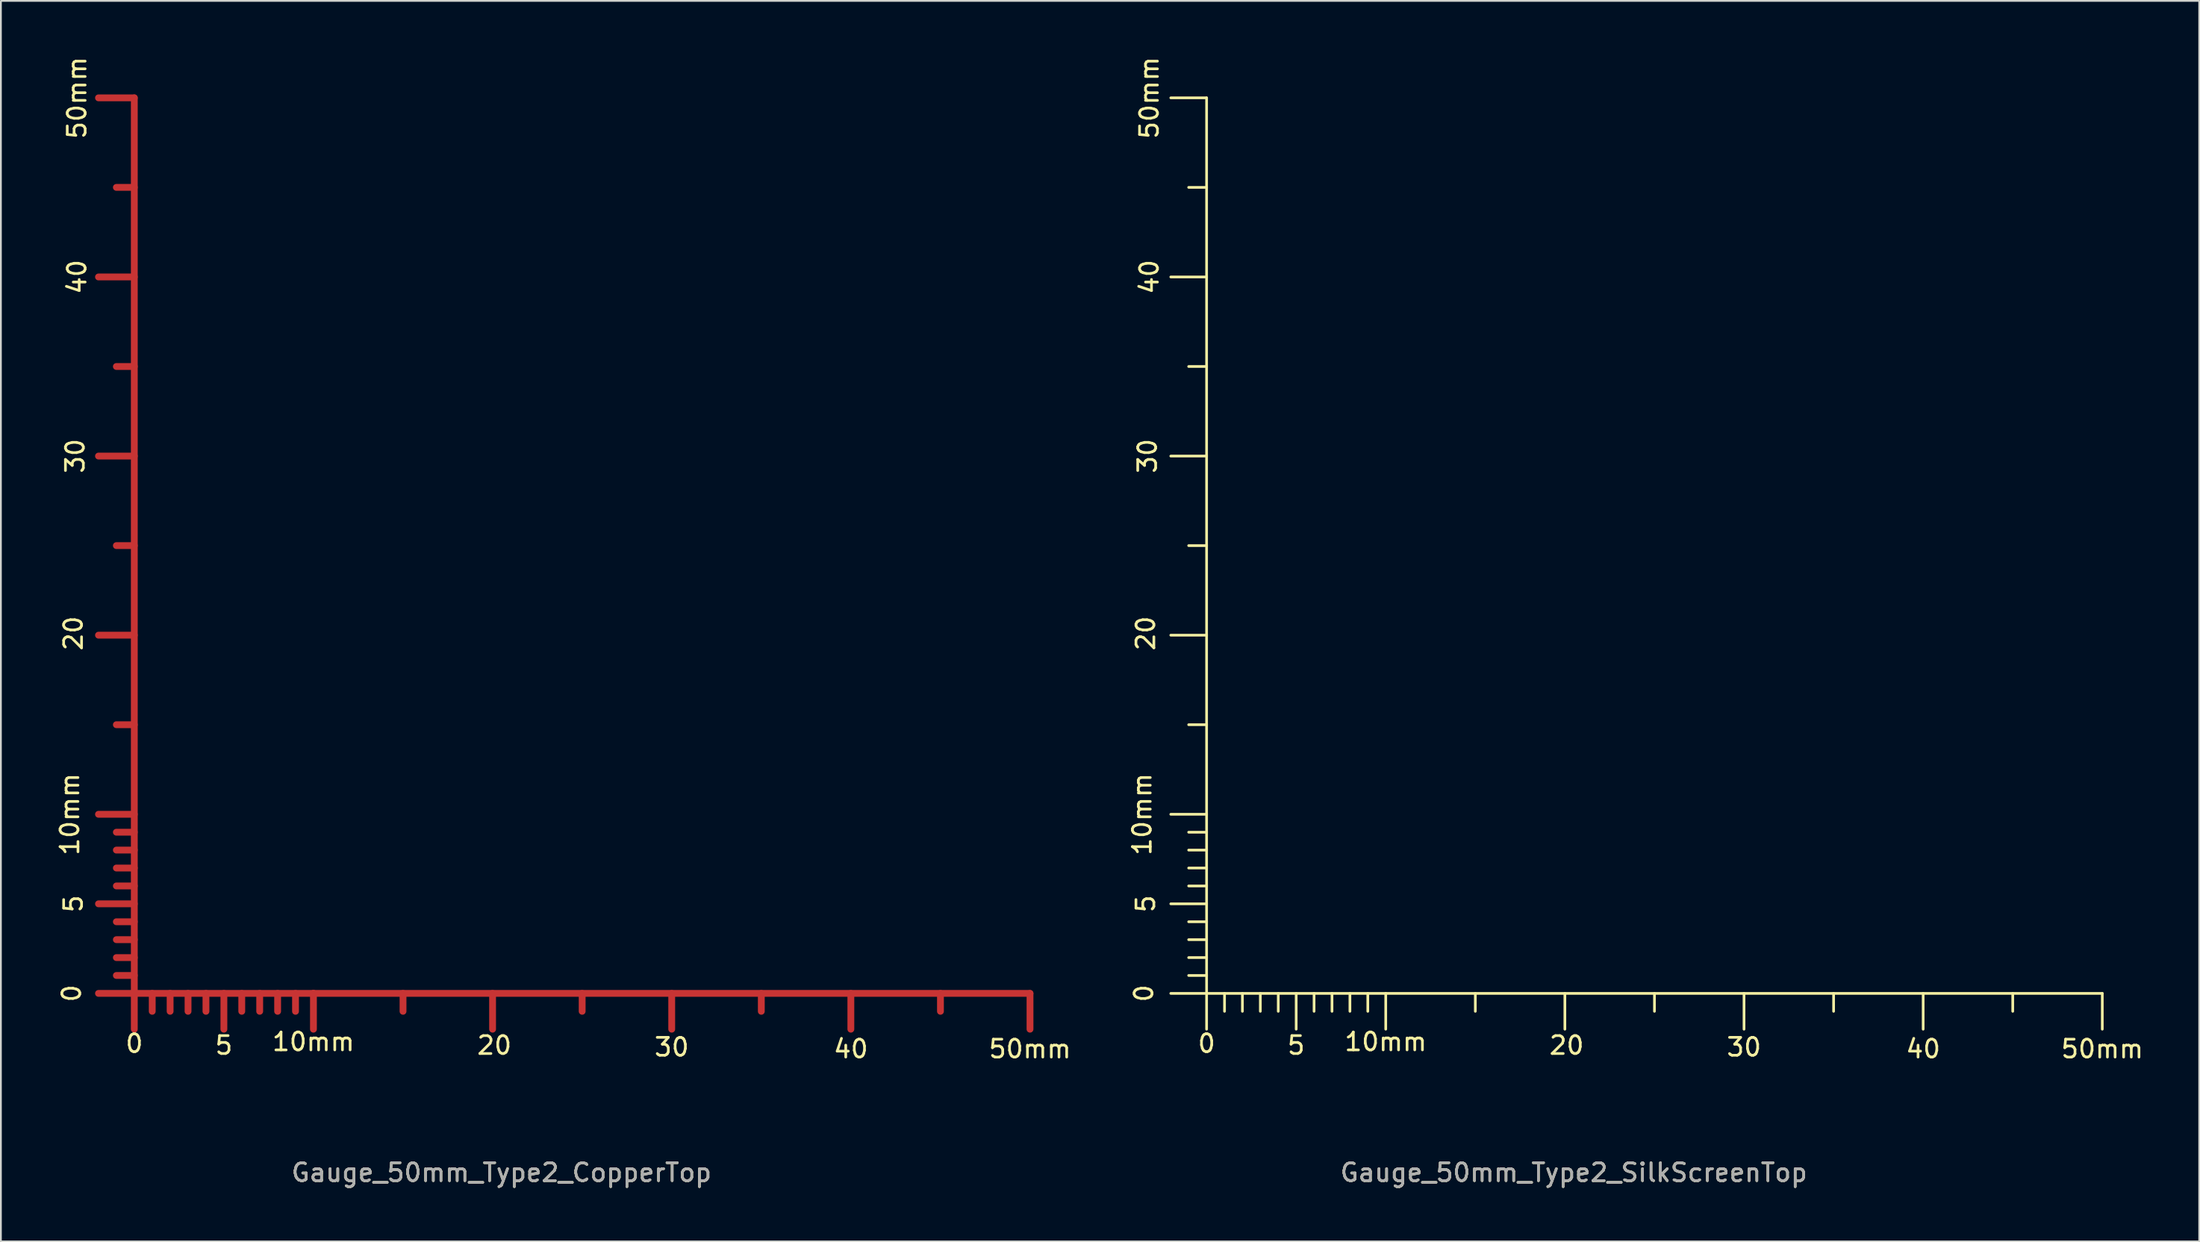
<source format=kicad_pcb>
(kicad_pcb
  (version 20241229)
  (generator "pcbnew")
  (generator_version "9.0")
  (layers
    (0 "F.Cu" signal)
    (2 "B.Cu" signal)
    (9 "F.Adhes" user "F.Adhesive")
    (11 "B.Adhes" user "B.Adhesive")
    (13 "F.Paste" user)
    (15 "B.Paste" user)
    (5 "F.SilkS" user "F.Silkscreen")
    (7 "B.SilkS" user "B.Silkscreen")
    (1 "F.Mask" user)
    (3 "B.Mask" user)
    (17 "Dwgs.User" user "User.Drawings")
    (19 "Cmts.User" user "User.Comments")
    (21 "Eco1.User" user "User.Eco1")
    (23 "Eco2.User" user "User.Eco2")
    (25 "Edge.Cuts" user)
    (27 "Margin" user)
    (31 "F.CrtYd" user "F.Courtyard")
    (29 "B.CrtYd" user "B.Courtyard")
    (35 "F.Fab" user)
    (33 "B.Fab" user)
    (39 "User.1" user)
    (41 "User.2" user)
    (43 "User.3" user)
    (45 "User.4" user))
  (footprint "Gauge_50mm_Type2_SilkScreenTop"
    (layer "F.Cu")
    (at 64.305 52.413)
    (property "Reference" "Gauge_50mm_Type2_SilkScreenTop" (at 20.5 10 0) (layer "F.SilkS") (effects (font (size 1 1) (thickness 0.15))))
    (attr exclude_from_pos_files exclude_from_bom)
    (fp_line (start 0 -50) (end -1.999 -50) (stroke (width 0.15) (type solid)) (layer "F.SilkS"))
    (fp_line (start 0 -45.001) (end -1.001 -45.001) (stroke (width 0.15) (type solid)) (layer "F.SilkS"))
    (fp_line (start 0 -40) (end -1.999 -40) (stroke (width 0.15) (type solid)) (layer "F.SilkS"))
    (fp_line (start 0 -35.001) (end -1.001 -35.001) (stroke (width 0.15) (type solid)) (layer "F.SilkS"))
    (fp_line (start 0 -30) (end -1.999 -30) (stroke (width 0.15) (type solid)) (layer "F.SilkS"))
    (fp_line (start 0 -25.001) (end -1.001 -25.001) (stroke (width 0.15) (type solid)) (layer "F.SilkS"))
    (fp_line (start 0 -20) (end -1.999 -20) (stroke (width 0.15) (type solid)) (layer "F.SilkS"))
    (fp_line (start 0 -15.001) (end -1.001 -15.001) (stroke (width 0.15) (type solid)) (layer "F.SilkS"))
    (fp_line (start 0 -10) (end -1.999 -10) (stroke (width 0.15) (type solid)) (layer "F.SilkS"))
    (fp_line (start 0 -8.999) (end -1.001 -8.999) (stroke (width 0.15) (type solid)) (layer "F.SilkS"))
    (fp_line (start 0 -8.001) (end -1.001 -8.001) (stroke (width 0.15) (type solid)) (layer "F.SilkS"))
    (fp_line (start 0 -7) (end -1.001 -7) (stroke (width 0.15) (type solid)) (layer "F.SilkS"))
    (fp_line (start 0 -5.999) (end -1.001 -5.999) (stroke (width 0.15) (type solid)) (layer "F.SilkS"))
    (fp_line (start 0 -5.001) (end -1.999 -5.001) (stroke (width 0.15) (type solid)) (layer "F.SilkS"))
    (fp_line (start 0 -4) (end -1.001 -4) (stroke (width 0.15) (type solid)) (layer "F.SilkS"))
    (fp_line (start 0 -3) (end -1.001 -3) (stroke (width 0.15) (type solid)) (layer "F.SilkS"))
    (fp_line (start 0 -1.999) (end -1.001 -1.999) (stroke (width 0.15) (type solid)) (layer "F.SilkS"))
    (fp_line (start 0 -1.001) (end -1.001 -1.001) (stroke (width 0.15) (type solid)) (layer "F.SilkS"))
    (fp_line (start 0 0) (end -1.999 0) (stroke (width 0.15) (type solid)) (layer "F.SilkS"))
    (fp_line (start 0 0) (end 0 -50) (stroke (width 0.15) (type solid)) (layer "F.SilkS"))
    (fp_line (start 0 0) (end 0 1.999) (stroke (width 0.15) (type solid)) (layer "F.SilkS"))
    (fp_line (start 0 0) (end 10 0) (stroke (width 0.15) (type solid)) (layer "F.SilkS"))
    (fp_line (start 1.001 0) (end 1.001 1.001) (stroke (width 0.15) (type solid)) (layer "F.SilkS"))
    (fp_line (start 1.999 0) (end 1.999 1.001) (stroke (width 0.15) (type solid)) (layer "F.SilkS"))
    (fp_line (start 3 0) (end 3 1.001) (stroke (width 0.15) (type solid)) (layer "F.SilkS"))
    (fp_line (start 4 0) (end 4 1.001) (stroke (width 0.15) (type solid)) (layer "F.SilkS"))
    (fp_line (start 5.001 0) (end 5.001 1.999) (stroke (width 0.15) (type solid)) (layer "F.SilkS"))
    (fp_line (start 5.999 0) (end 5.999 1.001) (stroke (width 0.15) (type solid)) (layer "F.SilkS"))
    (fp_line (start 7 0) (end 7 1.001) (stroke (width 0.15) (type solid)) (layer "F.SilkS"))
    (fp_line (start 8.001 0) (end 8.001 1.001) (stroke (width 0.15) (type solid)) (layer "F.SilkS"))
    (fp_line (start 8.999 0) (end 8.999 1.001) (stroke (width 0.15) (type solid)) (layer "F.SilkS"))
    (fp_line (start 10 0) (end 10 1.999) (stroke (width 0.15) (type solid)) (layer "F.SilkS"))
    (fp_line (start 10 0) (end 50 0) (stroke (width 0.15) (type solid)) (layer "F.SilkS"))
    (fp_line (start 15.001 0) (end 15.001 1.001) (stroke (width 0.15) (type solid)) (layer "F.SilkS"))
    (fp_line (start 20 0) (end 20 1.999) (stroke (width 0.15) (type solid)) (layer "F.SilkS"))
    (fp_line (start 25.001 0) (end 25.001 1.001) (stroke (width 0.15) (type solid)) (layer "F.SilkS"))
    (fp_line (start 30 0) (end 30 1.999) (stroke (width 0.15) (type solid)) (layer "F.SilkS"))
    (fp_line (start 35.001 0) (end 35.001 1.001) (stroke (width 0.15) (type solid)) (layer "F.SilkS"))
    (fp_line (start 40 0) (end 40 1.999) (stroke (width 0.15) (type solid)) (layer "F.SilkS"))
    (fp_line (start 45.001 0) (end 45.001 1.001) (stroke (width 0.15) (type solid)) (layer "F.SilkS"))
    (fp_line (start 50 0) (end 50 1.999) (stroke (width 0.15) (type solid)) (layer "F.SilkS"))
    (fp_text user "30" (at -3.299 -30.002 90) (layer "F.SilkS") (effects (font (size 1 1) (thickness 0.15))))
    (fp_text user "30" (at 30 3 0) (layer "F.SilkS") (effects (font (size 1 1) (thickness 0.15))))
    (fp_text user "10mm" (at 10 2.7 0) (layer "F.SilkS") (effects (font (size 1 1) (thickness 0.15))))
    (fp_text user "0" (at -3.5 -0.003 90) (layer "F.SilkS") (effects (font (size 1 1) (thickness 0.15))))
    (fp_text user "20" (at 20.099 2.901 0) (layer "F.SilkS") (effects (font (size 1 1) (thickness 0.15))))
    (fp_text user "50mm" (at 50 3.101 0) (layer "F.SilkS") (effects (font (size 1 1) (thickness 0.15))))
    (fp_text user "5" (at 4.999 2.901 0) (layer "F.SilkS") (effects (font (size 1 1) (thickness 0.15))))
    (fp_text user "40" (at -3.198 -40.002 90) (layer "F.SilkS") (effects (font (size 1 1) (thickness 0.15))))
    (fp_text user "50mm" (at -3.198 -50.002 90) (layer "F.SilkS") (effects (font (size 1 1) (thickness 0.15))))
    (fp_text user "10mm" (at -3.599 -10.003 90) (layer "F.SilkS") (effects (font (size 1 1) (thickness 0.15))))
    (fp_text user "0" (at 0 2.799 0) (layer "F.SilkS") (effects (font (size 1 1) (thickness 0.15))))
    (fp_text user "20" (at -3.399 -20.102 90) (layer "F.SilkS") (effects (font (size 1 1) (thickness 0.15))))
    (fp_text user "5" (at -3.399 -5.001 90) (layer "F.SilkS") (effects (font (size 1 1) (thickness 0.15))))
    (fp_text user "40" (at 40 3.101 0) (layer "F.SilkS") (effects (font (size 1 1) (thickness 0.15))))
    (fp_text user "${REFERENCE}" (at 20.5 10 0) (layer "F.Fab") (effects (font (size 1 1) (thickness 0.15)))))
  (footprint "Gauge_50mm_Type2_CopperTop"
    (layer "F.Cu")
    (at 4.447 52.413)
    (property "Reference" "Gauge_50mm_Type2_CopperTop" (at 20.5 10 0) (layer "F.SilkS") (effects (font (size 1 1) (thickness 0.15))))
    (attr exclude_from_pos_files exclude_from_bom)
    (fp_line (start 0 -50) (end -1.999 -50) (stroke (width 0.381) (type solid)) (layer "F.Cu"))
    (fp_line (start 0 -45.001) (end -1.001 -45.001) (stroke (width 0.381) (type solid)) (layer "F.Cu"))
    (fp_line (start 0 -40) (end -1.999 -40) (stroke (width 0.381) (type solid)) (layer "F.Cu"))
    (fp_line (start 0 -35.001) (end -1.001 -35.001) (stroke (width 0.381) (type solid)) (layer "F.Cu"))
    (fp_line (start 0 -30) (end -1.999 -30) (stroke (width 0.381) (type solid)) (layer "F.Cu"))
    (fp_line (start 0 -25.001) (end -1.001 -25.001) (stroke (width 0.381) (type solid)) (layer "F.Cu"))
    (fp_line (start 0 -20) (end -1.999 -20) (stroke (width 0.381) (type solid)) (layer "F.Cu"))
    (fp_line (start 0 -15.001) (end -1.001 -15.001) (stroke (width 0.381) (type solid)) (layer "F.Cu"))
    (fp_line (start 0 -10) (end -1.999 -10) (stroke (width 0.381) (type solid)) (layer "F.Cu"))
    (fp_line (start 0 -8.999) (end -1.001 -8.999) (stroke (width 0.381) (type solid)) (layer "F.Cu"))
    (fp_line (start 0 -8.001) (end -1.001 -8.001) (stroke (width 0.381) (type solid)) (layer "F.Cu"))
    (fp_line (start 0 -7) (end -1.001 -7) (stroke (width 0.381) (type solid)) (layer "F.Cu"))
    (fp_line (start 0 -5.999) (end -1.001 -5.999) (stroke (width 0.381) (type solid)) (layer "F.Cu"))
    (fp_line (start 0 -5.001) (end -1.999 -5.001) (stroke (width 0.381) (type solid)) (layer "F.Cu"))
    (fp_line (start 0 -4) (end -1.001 -4) (stroke (width 0.381) (type solid)) (layer "F.Cu"))
    (fp_line (start 0 -3) (end -1.001 -3) (stroke (width 0.381) (type solid)) (layer "F.Cu"))
    (fp_line (start 0 -1.999) (end -1.001 -1.999) (stroke (width 0.381) (type solid)) (layer "F.Cu"))
    (fp_line (start 0 -1.001) (end -1.001 -1.001) (stroke (width 0.381) (type solid)) (layer "F.Cu"))
    (fp_line (start 0 0) (end -1.999 0) (stroke (width 0.381) (type solid)) (layer "F.Cu"))
    (fp_line (start 0 0) (end 0 -50) (stroke (width 0.381) (type solid)) (layer "F.Cu"))
    (fp_line (start 0 0) (end 0 1.999) (stroke (width 0.381) (type solid)) (layer "F.Cu"))
    (fp_line (start 0 0) (end 10 0) (stroke (width 0.381) (type solid)) (layer "F.Cu"))
    (fp_line (start 1.001 0) (end 1.001 1.001) (stroke (width 0.381) (type solid)) (layer "F.Cu"))
    (fp_line (start 1.999 0) (end 1.999 1.001) (stroke (width 0.381) (type solid)) (layer "F.Cu"))
    (fp_line (start 3 0) (end 3 1.001) (stroke (width 0.381) (type solid)) (layer "F.Cu"))
    (fp_line (start 4 0) (end 4 1.001) (stroke (width 0.381) (type solid)) (layer "F.Cu"))
    (fp_line (start 5.001 0) (end 5.001 1.999) (stroke (width 0.381) (type solid)) (layer "F.Cu"))
    (fp_line (start 5.999 0) (end 5.999 1.001) (stroke (width 0.381) (type solid)) (layer "F.Cu"))
    (fp_line (start 7 0) (end 7 1.001) (stroke (width 0.381) (type solid)) (layer "F.Cu"))
    (fp_line (start 8.001 0) (end 8.001 1.001) (stroke (width 0.381) (type solid)) (layer "F.Cu"))
    (fp_line (start 8.999 0) (end 8.999 1.001) (stroke (width 0.381) (type solid)) (layer "F.Cu"))
    (fp_line (start 10 0) (end 10 1.999) (stroke (width 0.381) (type solid)) (layer "F.Cu"))
    (fp_line (start 10 0) (end 50 0) (stroke (width 0.381) (type solid)) (layer "F.Cu"))
    (fp_line (start 15.001 0) (end 15.001 1.001) (stroke (width 0.381) (type solid)) (layer "F.Cu"))
    (fp_line (start 20 0) (end 20 1.999) (stroke (width 0.381) (type solid)) (layer "F.Cu"))
    (fp_line (start 25.001 0) (end 25.001 1.001) (stroke (width 0.381) (type solid)) (layer "F.Cu"))
    (fp_line (start 30 0) (end 30 1.999) (stroke (width 0.381) (type solid)) (layer "F.Cu"))
    (fp_line (start 35.001 0) (end 35.001 1.001) (stroke (width 0.381) (type solid)) (layer "F.Cu"))
    (fp_line (start 40 0) (end 40 1.999) (stroke (width 0.381) (type solid)) (layer "F.Cu"))
    (fp_line (start 45.001 0) (end 45.001 1.001) (stroke (width 0.381) (type solid)) (layer "F.Cu"))
    (fp_line (start 50 0) (end 50 1.999) (stroke (width 0.381) (type solid)) (layer "F.Cu"))
    (fp_text user "0" (at -3.5 -0.003 90) (layer "F.SilkS") (effects (font (size 1 1) (thickness 0.15))))
    (fp_text user "40" (at -3.198 -40.002 90) (layer "F.SilkS") (effects (font (size 1 1) (thickness 0.15))))
    (fp_text user "50mm" (at 50 3.101 0) (layer "F.SilkS") (effects (font (size 1 1) (thickness 0.15))))
    (fp_text user "50mm" (at -3.198 -50.002 90) (layer "F.SilkS") (effects (font (size 1 1) (thickness 0.15))))
    (fp_text user "5" (at -3.399 -5.001 90) (layer "F.SilkS") (effects (font (size 1 1) (thickness 0.15))))
    (fp_text user "10mm" (at 10 2.7 0) (layer "F.SilkS") (effects (font (size 1 1) (thickness 0.15))))
    (fp_text user "5" (at 4.999 2.901 0) (layer "F.SilkS") (effects (font (size 1 1) (thickness 0.15))))
    (fp_text user "20" (at 20.099 2.901 0) (layer "F.SilkS") (effects (font (size 1 1) (thickness 0.15))))
    (fp_text user "0" (at 0 2.799 0) (layer "F.SilkS") (effects (font (size 1 1) (thickness 0.15))))
    (fp_text user "10mm" (at -3.599 -10.003 90) (layer "F.SilkS") (effects (font (size 1 1) (thickness 0.15))))
    (fp_text user "40" (at 40 3.101 0) (layer "F.SilkS") (effects (font (size 1 1) (thickness 0.15))))
    (fp_text user "20" (at -3.399 -20.102 90) (layer "F.SilkS") (effects (font (size 1 1) (thickness 0.15))))
    (fp_text user "30" (at -3.299 -30.002 90) (layer "F.SilkS") (effects (font (size 1 1) (thickness 0.15))))
    (fp_text user "30" (at 30 3 0) (layer "F.SilkS") (effects (font (size 1 1) (thickness 0.15))))
    (fp_text user "${REFERENCE}" (at 20.5 10 0) (layer "F.Fab") (effects (font (size 1 1) (thickness 0.15)))))
  (gr_rect
    (start -3 -3)
    (end 119.716 66.261)
    (stroke (width 0.1) (type default))
    (fill no)
    (layer "Edge.Cuts")))
</source>
